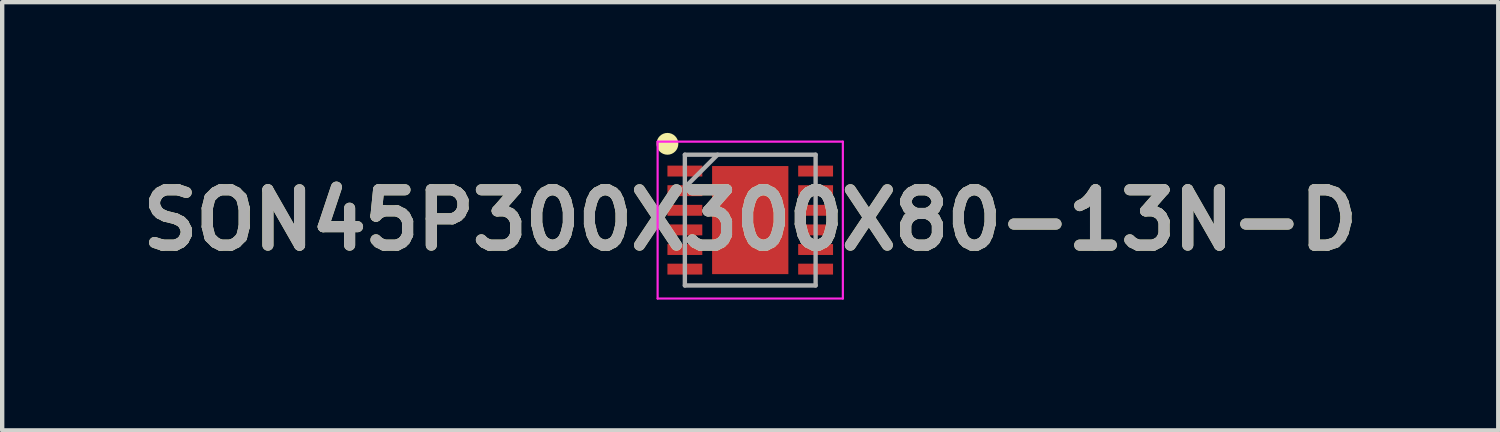
<source format=kicad_pcb>
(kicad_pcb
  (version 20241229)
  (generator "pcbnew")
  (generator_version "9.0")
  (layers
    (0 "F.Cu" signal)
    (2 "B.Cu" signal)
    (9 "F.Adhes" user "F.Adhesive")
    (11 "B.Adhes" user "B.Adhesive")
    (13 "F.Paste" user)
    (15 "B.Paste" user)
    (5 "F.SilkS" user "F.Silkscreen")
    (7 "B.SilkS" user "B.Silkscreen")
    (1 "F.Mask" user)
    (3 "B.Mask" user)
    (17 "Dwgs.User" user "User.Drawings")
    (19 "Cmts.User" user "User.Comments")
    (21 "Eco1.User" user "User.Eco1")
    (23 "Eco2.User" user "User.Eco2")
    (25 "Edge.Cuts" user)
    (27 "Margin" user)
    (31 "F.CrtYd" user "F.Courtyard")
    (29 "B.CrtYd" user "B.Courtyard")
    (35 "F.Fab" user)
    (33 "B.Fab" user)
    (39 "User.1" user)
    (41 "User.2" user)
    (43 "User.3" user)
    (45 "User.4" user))
  (footprint "SON45P300X300X80-13N-D"
    (layer "F.Cu")
    (at 14.164 2)
    (property "Reference" "SON45P300X300X80-13N-D" (at 0 0 0) (layer "F.SilkS") (effects (font (size 1.27 1.27) (thickness 0.254))))
    (attr smd)
    (fp_circle (center -1.9 -1.75) (end -1.9 -1.625) (stroke (width 0.25) (type solid)) (fill no) (layer "F.SilkS"))
    (fp_line (start -2.125 -1.8) (end 2.125 -1.8) (stroke (width 0.05) (type solid)) (layer "F.CrtYd"))
    (fp_line (start -2.125 1.8) (end -2.125 -1.8) (stroke (width 0.05) (type solid)) (layer "F.CrtYd"))
    (fp_line (start 2.125 -1.8) (end 2.125 1.8) (stroke (width 0.05) (type solid)) (layer "F.CrtYd"))
    (fp_line (start 2.125 1.8) (end -2.125 1.8) (stroke (width 0.05) (type solid)) (layer "F.CrtYd"))
    (fp_line (start -1.5 -1.5) (end 1.5 -1.5) (stroke (width 0.1) (type solid)) (layer "F.Fab"))
    (fp_line (start -1.5 -0.75) (end -0.75 -1.5) (stroke (width 0.1) (type solid)) (layer "F.Fab"))
    (fp_line (start -1.5 1.5) (end -1.5 -1.5) (stroke (width 0.1) (type solid)) (layer "F.Fab"))
    (fp_line (start 1.5 -1.5) (end 1.5 1.5) (stroke (width 0.1) (type solid)) (layer "F.Fab"))
    (fp_line (start 1.5 1.5) (end -1.5 1.5) (stroke (width 0.1) (type solid)) (layer "F.Fab"))
    (fp_text user "${REFERENCE}" (at 0 0 0) (layer "F.Fab") (effects (font (size 1.27 1.27) (thickness 0.254))))
    (pad "1" smd rect (at -1.5 -1.125 90) (size 0.25 0.8) (layers "F.Cu" "F.Mask" "F.Paste"))
    (pad "2" smd rect (at -1.5 -0.675 90) (size 0.25 0.8) (layers "F.Cu" "F.Mask" "F.Paste"))
    (pad "3" smd rect (at -1.5 -0.225 90) (size 0.25 0.8) (layers "F.Cu" "F.Mask" "F.Paste"))
    (pad "4" smd rect (at -1.5 0.225 90) (size 0.25 0.8) (layers "F.Cu" "F.Mask" "F.Paste"))
    (pad "5" smd rect (at -1.5 0.675 90) (size 0.25 0.8) (layers "F.Cu" "F.Mask" "F.Paste"))
    (pad "6" smd rect (at -1.5 1.125 90) (size 0.25 0.8) (layers "F.Cu" "F.Mask" "F.Paste"))
    (pad "7" smd rect (at 1.5 1.125 90) (size 0.25 0.8) (layers "F.Cu" "F.Mask" "F.Paste"))
    (pad "8" smd rect (at 1.5 0.675 90) (size 0.25 0.8) (layers "F.Cu" "F.Mask" "F.Paste"))
    (pad "9" smd rect (at 1.5 0.225 90) (size 0.25 0.8) (layers "F.Cu" "F.Mask" "F.Paste"))
    (pad "10" smd rect (at 1.5 -0.225 90) (size 0.25 0.8) (layers "F.Cu" "F.Mask" "F.Paste"))
    (pad "11" smd rect (at 1.5 -0.675 90) (size 0.25 0.8) (layers "F.Cu" "F.Mask" "F.Paste"))
    (pad "12" smd rect (at 1.5 -1.125 90) (size 0.25 0.8) (layers "F.Cu" "F.Mask" "F.Paste"))
    (pad "13" smd rect (at 0 0) (size 1.75 2.48) (layers "F.Cu" "F.Mask" "F.Paste")))
  (gr_rect
    (start -3 -3)
    (end 31.327 6.825)
    (stroke (width 0.1) (type default))
    (fill no)
    (layer "Edge.Cuts")))
</source>
